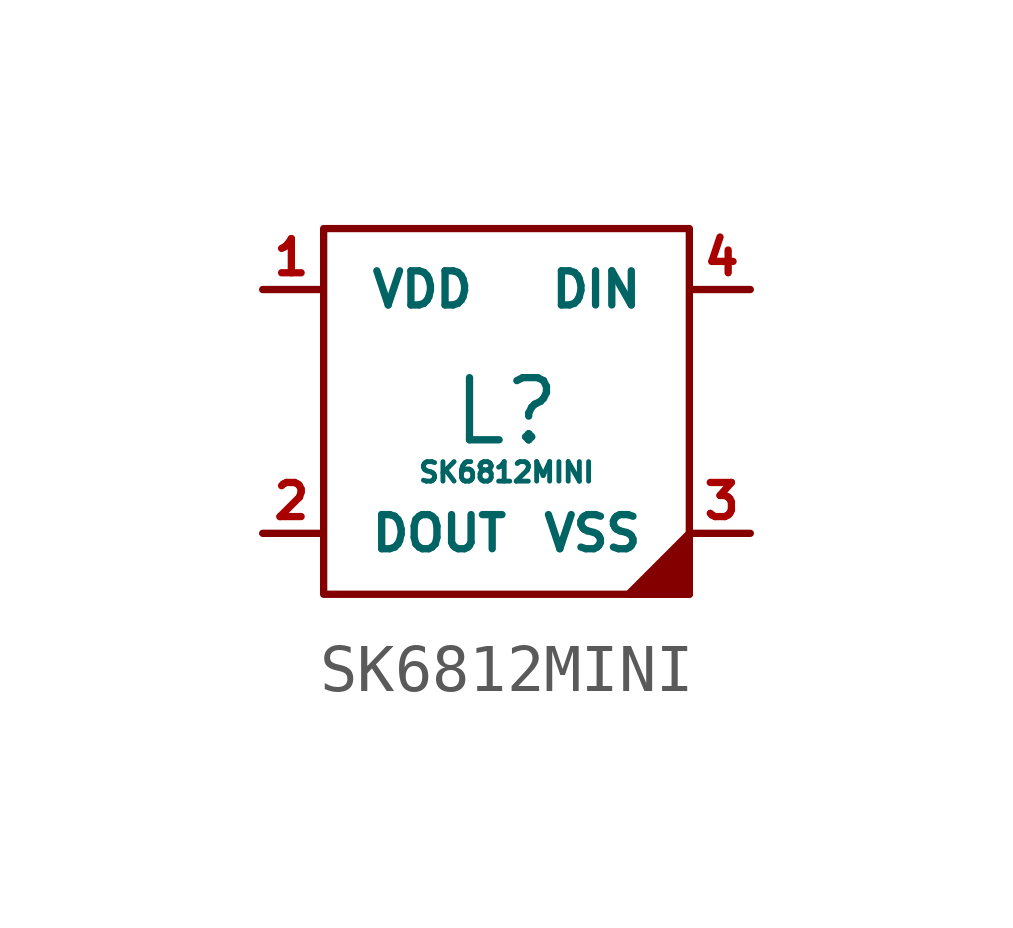
<source format=kicad_sym>
(kicad_symbol_lib
  (version 20231120)
  (generator "kicad_symbol_editor")
  (generator_version "8.0")
  (symbol "SK6812MINI"
    (pin_names
      (offset 1.016))
    (property "Reference" "L"
      (at 0 0 0)
      (effects (font (size 1.295 1.295))))
    (property "Value" "SK6812MINI"
      (at 0 -1.27 0)
      (effects (font (size 0.406 0.406))))
    (symbol "SK6812MINI_0_1"
      (rectangle (start -3.81 3.81) (end 3.81 -3.81) (stroke (width 0) (type solid)) (fill (type none))))
    (symbol "SK6812MINI_1_1"
      (polyline (pts (xy 3.81 -2.54) (xy 2.54 -3.81) (xy 3.81 -3.81) (xy 3.81 -2.54)) (stroke (width 0) (type default)) (fill (type outline)))
      (pin power_in line (at -5.08 2.54 0) (length 1.194) (name "VDD" (effects (font (size 0.711 0.711)))) (number "1" (effects (font (size 0.711 0.711)))))
      (pin output line (at -5.08 -2.54 0) (length 1.194) (name "DOUT" (effects (font (size 0.711 0.711)))) (number "2" (effects (font (size 0.711 0.711)))))
      (pin power_in line (at 5.08 -2.54 180) (length 1.194) (name "VSS" (effects (font (size 0.711 0.711)))) (number "3" (effects (font (size 0.711 0.711)))))
      (pin input line (at 5.08 2.54 180) (length 1.194) (name "DIN" (effects (font (size 0.711 0.711)))) (number "4" (effects (font (size 0.711 0.711))))))))
</source>
